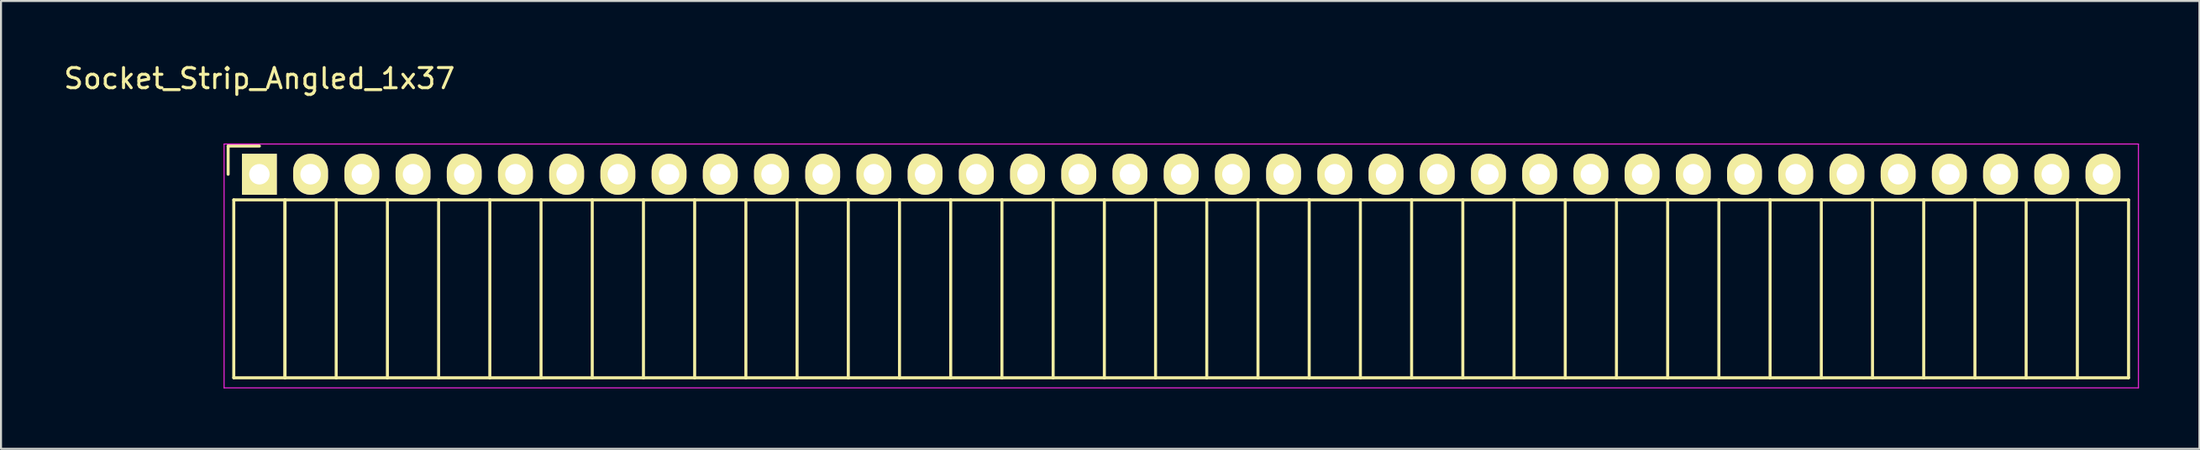
<source format=kicad_pcb>
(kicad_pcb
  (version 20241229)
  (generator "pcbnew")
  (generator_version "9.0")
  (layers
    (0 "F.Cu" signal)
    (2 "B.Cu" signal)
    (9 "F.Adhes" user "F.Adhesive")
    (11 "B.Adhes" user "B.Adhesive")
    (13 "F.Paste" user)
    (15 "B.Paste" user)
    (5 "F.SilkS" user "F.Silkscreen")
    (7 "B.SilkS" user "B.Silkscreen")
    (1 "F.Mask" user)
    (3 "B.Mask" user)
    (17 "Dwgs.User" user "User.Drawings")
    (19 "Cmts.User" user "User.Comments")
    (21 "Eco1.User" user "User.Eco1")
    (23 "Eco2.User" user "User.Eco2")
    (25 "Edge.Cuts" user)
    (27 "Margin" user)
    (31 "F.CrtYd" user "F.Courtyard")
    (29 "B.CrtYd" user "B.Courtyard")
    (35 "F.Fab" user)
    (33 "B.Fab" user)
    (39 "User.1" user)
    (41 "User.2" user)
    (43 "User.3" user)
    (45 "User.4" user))
  (footprint "Socket_Strip_Angled_1x37"
    (layer "F.Cu")
    (at 9.815 5.598)
    (property "Reference" "Socket_Strip_Angled_1x37" (at 0 -4.75 0) (layer "F.SilkS") (effects (font (size 1 1) (thickness 0.15))))
    (attr through_hole)
    (fp_line (start -1.55 -1.4) (end -1.55 0) (stroke (width 0.15) (type solid)) (layer "F.SilkS"))
    (fp_line (start -1.27 1.27) (end -1.27 10.1) (stroke (width 0.15) (type solid)) (layer "F.SilkS"))
    (fp_line (start -1.27 1.27) (end 1.27 1.27) (stroke (width 0.15) (type solid)) (layer "F.SilkS"))
    (fp_line (start -1.27 10.1) (end 1.27 10.1) (stroke (width 0.15) (type solid)) (layer "F.SilkS"))
    (fp_line (start 0 -1.4) (end -1.55 -1.4) (stroke (width 0.15) (type solid)) (layer "F.SilkS"))
    (fp_line (start 1.27 1.27) (end 1.27 10.1) (stroke (width 0.15) (type solid)) (layer "F.SilkS"))
    (fp_line (start 1.27 1.27) (end 3.81 1.27) (stroke (width 0.15) (type solid)) (layer "F.SilkS"))
    (fp_line (start 1.27 10.1) (end 1.27 1.27) (stroke (width 0.15) (type solid)) (layer "F.SilkS"))
    (fp_line (start 1.27 10.1) (end 3.81 10.1) (stroke (width 0.15) (type solid)) (layer "F.SilkS"))
    (fp_line (start 3.81 1.27) (end 6.35 1.27) (stroke (width 0.15) (type solid)) (layer "F.SilkS"))
    (fp_line (start 3.81 10.1) (end 3.81 1.27) (stroke (width 0.15) (type solid)) (layer "F.SilkS"))
    (fp_line (start 3.81 10.1) (end 6.35 10.1) (stroke (width 0.15) (type solid)) (layer "F.SilkS"))
    (fp_line (start 6.35 1.27) (end 8.89 1.27) (stroke (width 0.15) (type solid)) (layer "F.SilkS"))
    (fp_line (start 6.35 10.1) (end 6.35 1.27) (stroke (width 0.15) (type solid)) (layer "F.SilkS"))
    (fp_line (start 6.35 10.1) (end 8.89 10.1) (stroke (width 0.15) (type solid)) (layer "F.SilkS"))
    (fp_line (start 8.89 1.27) (end 11.43 1.27) (stroke (width 0.15) (type solid)) (layer "F.SilkS"))
    (fp_line (start 8.89 10.1) (end 8.89 1.27) (stroke (width 0.15) (type solid)) (layer "F.SilkS"))
    (fp_line (start 8.89 10.1) (end 11.43 10.1) (stroke (width 0.15) (type solid)) (layer "F.SilkS"))
    (fp_line (start 11.43 1.27) (end 13.97 1.27) (stroke (width 0.15) (type solid)) (layer "F.SilkS"))
    (fp_line (start 11.43 10.1) (end 11.43 1.27) (stroke (width 0.15) (type solid)) (layer "F.SilkS"))
    (fp_line (start 11.43 10.1) (end 13.97 10.1) (stroke (width 0.15) (type solid)) (layer "F.SilkS"))
    (fp_line (start 13.97 1.27) (end 16.51 1.27) (stroke (width 0.15) (type solid)) (layer "F.SilkS"))
    (fp_line (start 13.97 10.1) (end 13.97 1.27) (stroke (width 0.15) (type solid)) (layer "F.SilkS"))
    (fp_line (start 13.97 10.1) (end 16.51 10.1) (stroke (width 0.15) (type solid)) (layer "F.SilkS"))
    (fp_line (start 16.51 1.27) (end 19.05 1.27) (stroke (width 0.15) (type solid)) (layer "F.SilkS"))
    (fp_line (start 16.51 10.1) (end 16.51 1.27) (stroke (width 0.15) (type solid)) (layer "F.SilkS"))
    (fp_line (start 16.51 10.1) (end 19.05 10.1) (stroke (width 0.15) (type solid)) (layer "F.SilkS"))
    (fp_line (start 19.05 1.27) (end 21.59 1.27) (stroke (width 0.15) (type solid)) (layer "F.SilkS"))
    (fp_line (start 19.05 10.1) (end 19.05 1.27) (stroke (width 0.15) (type solid)) (layer "F.SilkS"))
    (fp_line (start 19.05 10.1) (end 21.59 10.1) (stroke (width 0.15) (type solid)) (layer "F.SilkS"))
    (fp_line (start 21.59 1.27) (end 24.13 1.27) (stroke (width 0.15) (type solid)) (layer "F.SilkS"))
    (fp_line (start 21.59 10.1) (end 21.59 1.27) (stroke (width 0.15) (type solid)) (layer "F.SilkS"))
    (fp_line (start 21.59 10.1) (end 24.13 10.1) (stroke (width 0.15) (type solid)) (layer "F.SilkS"))
    (fp_line (start 24.13 1.27) (end 26.67 1.27) (stroke (width 0.15) (type solid)) (layer "F.SilkS"))
    (fp_line (start 24.13 10.1) (end 24.13 1.27) (stroke (width 0.15) (type solid)) (layer "F.SilkS"))
    (fp_line (start 24.13 10.1) (end 26.67 10.1) (stroke (width 0.15) (type solid)) (layer "F.SilkS"))
    (fp_line (start 26.67 1.27) (end 29.21 1.27) (stroke (width 0.15) (type solid)) (layer "F.SilkS"))
    (fp_line (start 26.67 10.1) (end 26.67 1.27) (stroke (width 0.15) (type solid)) (layer "F.SilkS"))
    (fp_line (start 26.67 10.1) (end 29.21 10.1) (stroke (width 0.15) (type solid)) (layer "F.SilkS"))
    (fp_line (start 29.21 1.27) (end 31.75 1.27) (stroke (width 0.15) (type solid)) (layer "F.SilkS"))
    (fp_line (start 29.21 10.1) (end 29.21 1.27) (stroke (width 0.15) (type solid)) (layer "F.SilkS"))
    (fp_line (start 29.21 10.1) (end 31.75 10.1) (stroke (width 0.15) (type solid)) (layer "F.SilkS"))
    (fp_line (start 31.75 1.27) (end 34.29 1.27) (stroke (width 0.15) (type solid)) (layer "F.SilkS"))
    (fp_line (start 31.75 10.1) (end 31.75 1.27) (stroke (width 0.15) (type solid)) (layer "F.SilkS"))
    (fp_line (start 31.75 10.1) (end 34.29 10.1) (stroke (width 0.15) (type solid)) (layer "F.SilkS"))
    (fp_line (start 34.29 1.27) (end 36.83 1.27) (stroke (width 0.15) (type solid)) (layer "F.SilkS"))
    (fp_line (start 34.29 10.1) (end 34.29 1.27) (stroke (width 0.15) (type solid)) (layer "F.SilkS"))
    (fp_line (start 34.29 10.1) (end 36.83 10.1) (stroke (width 0.15) (type solid)) (layer "F.SilkS"))
    (fp_line (start 36.83 1.27) (end 39.37 1.27) (stroke (width 0.15) (type solid)) (layer "F.SilkS"))
    (fp_line (start 36.83 10.1) (end 36.83 1.27) (stroke (width 0.15) (type solid)) (layer "F.SilkS"))
    (fp_line (start 36.83 10.1) (end 39.37 10.1) (stroke (width 0.15) (type solid)) (layer "F.SilkS"))
    (fp_line (start 39.37 1.27) (end 41.91 1.27) (stroke (width 0.15) (type solid)) (layer "F.SilkS"))
    (fp_line (start 39.37 10.1) (end 39.37 1.27) (stroke (width 0.15) (type solid)) (layer "F.SilkS"))
    (fp_line (start 39.37 10.1) (end 41.91 10.1) (stroke (width 0.15) (type solid)) (layer "F.SilkS"))
    (fp_line (start 41.91 1.27) (end 44.45 1.27) (stroke (width 0.15) (type solid)) (layer "F.SilkS"))
    (fp_line (start 41.91 10.1) (end 41.91 1.27) (stroke (width 0.15) (type solid)) (layer "F.SilkS"))
    (fp_line (start 41.91 10.1) (end 44.45 10.1) (stroke (width 0.15) (type solid)) (layer "F.SilkS"))
    (fp_line (start 44.45 1.27) (end 46.99 1.27) (stroke (width 0.15) (type solid)) (layer "F.SilkS"))
    (fp_line (start 44.45 10.1) (end 44.45 1.27) (stroke (width 0.15) (type solid)) (layer "F.SilkS"))
    (fp_line (start 44.45 10.1) (end 46.99 10.1) (stroke (width 0.15) (type solid)) (layer "F.SilkS"))
    (fp_line (start 46.99 1.27) (end 49.53 1.27) (stroke (width 0.15) (type solid)) (layer "F.SilkS"))
    (fp_line (start 46.99 10.1) (end 46.99 1.27) (stroke (width 0.15) (type solid)) (layer "F.SilkS"))
    (fp_line (start 46.99 10.1) (end 49.53 10.1) (stroke (width 0.15) (type solid)) (layer "F.SilkS"))
    (fp_line (start 49.53 1.27) (end 52.07 1.27) (stroke (width 0.15) (type solid)) (layer "F.SilkS"))
    (fp_line (start 49.53 10.1) (end 49.53 1.27) (stroke (width 0.15) (type solid)) (layer "F.SilkS"))
    (fp_line (start 49.53 10.1) (end 52.07 10.1) (stroke (width 0.15) (type solid)) (layer "F.SilkS"))
    (fp_line (start 52.07 1.27) (end 54.61 1.27) (stroke (width 0.15) (type solid)) (layer "F.SilkS"))
    (fp_line (start 52.07 10.1) (end 52.07 1.27) (stroke (width 0.15) (type solid)) (layer "F.SilkS"))
    (fp_line (start 52.07 10.1) (end 54.61 10.1) (stroke (width 0.15) (type solid)) (layer "F.SilkS"))
    (fp_line (start 54.61 1.27) (end 57.15 1.27) (stroke (width 0.15) (type solid)) (layer "F.SilkS"))
    (fp_line (start 54.61 10.1) (end 54.61 1.27) (stroke (width 0.15) (type solid)) (layer "F.SilkS"))
    (fp_line (start 54.61 10.1) (end 57.15 10.1) (stroke (width 0.15) (type solid)) (layer "F.SilkS"))
    (fp_line (start 57.15 1.27) (end 59.69 1.27) (stroke (width 0.15) (type solid)) (layer "F.SilkS"))
    (fp_line (start 57.15 10.1) (end 57.15 1.27) (stroke (width 0.15) (type solid)) (layer "F.SilkS"))
    (fp_line (start 57.15 10.1) (end 59.69 10.1) (stroke (width 0.15) (type solid)) (layer "F.SilkS"))
    (fp_line (start 59.69 1.27) (end 62.23 1.27) (stroke (width 0.15) (type solid)) (layer "F.SilkS"))
    (fp_line (start 59.69 10.1) (end 59.69 1.27) (stroke (width 0.15) (type solid)) (layer "F.SilkS"))
    (fp_line (start 59.69 10.1) (end 62.23 10.1) (stroke (width 0.15) (type solid)) (layer "F.SilkS"))
    (fp_line (start 62.23 1.27) (end 64.77 1.27) (stroke (width 0.15) (type solid)) (layer "F.SilkS"))
    (fp_line (start 62.23 10.1) (end 62.23 1.27) (stroke (width 0.15) (type solid)) (layer "F.SilkS"))
    (fp_line (start 62.23 10.1) (end 64.77 10.1) (stroke (width 0.15) (type solid)) (layer "F.SilkS"))
    (fp_line (start 64.77 1.27) (end 67.31 1.27) (stroke (width 0.15) (type solid)) (layer "F.SilkS"))
    (fp_line (start 64.77 10.1) (end 64.77 1.27) (stroke (width 0.15) (type solid)) (layer "F.SilkS"))
    (fp_line (start 64.77 10.1) (end 67.31 10.1) (stroke (width 0.15) (type solid)) (layer "F.SilkS"))
    (fp_line (start 67.31 1.27) (end 69.85 1.27) (stroke (width 0.15) (type solid)) (layer "F.SilkS"))
    (fp_line (start 67.31 10.1) (end 67.31 1.27) (stroke (width 0.15) (type solid)) (layer "F.SilkS"))
    (fp_line (start 67.31 10.1) (end 69.85 10.1) (stroke (width 0.15) (type solid)) (layer "F.SilkS"))
    (fp_line (start 69.85 1.27) (end 72.39 1.27) (stroke (width 0.15) (type solid)) (layer "F.SilkS"))
    (fp_line (start 69.85 10.1) (end 69.85 1.27) (stroke (width 0.15) (type solid)) (layer "F.SilkS"))
    (fp_line (start 69.85 10.1) (end 72.39 10.1) (stroke (width 0.15) (type solid)) (layer "F.SilkS"))
    (fp_line (start 72.39 1.27) (end 74.93 1.27) (stroke (width 0.15) (type solid)) (layer "F.SilkS"))
    (fp_line (start 72.39 10.1) (end 72.39 1.27) (stroke (width 0.15) (type solid)) (layer "F.SilkS"))
    (fp_line (start 72.39 10.1) (end 74.93 10.1) (stroke (width 0.15) (type solid)) (layer "F.SilkS"))
    (fp_line (start 74.93 1.27) (end 77.47 1.27) (stroke (width 0.15) (type solid)) (layer "F.SilkS"))
    (fp_line (start 74.93 10.1) (end 74.93 1.27) (stroke (width 0.15) (type solid)) (layer "F.SilkS"))
    (fp_line (start 74.93 10.1) (end 77.47 10.1) (stroke (width 0.15) (type solid)) (layer "F.SilkS"))
    (fp_line (start 77.47 1.27) (end 80.01 1.27) (stroke (width 0.15) (type solid)) (layer "F.SilkS"))
    (fp_line (start 77.47 10.1) (end 77.47 1.27) (stroke (width 0.15) (type solid)) (layer "F.SilkS"))
    (fp_line (start 77.47 10.1) (end 80.01 10.1) (stroke (width 0.15) (type solid)) (layer "F.SilkS"))
    (fp_line (start 80.01 1.27) (end 82.55 1.27) (stroke (width 0.15) (type solid)) (layer "F.SilkS"))
    (fp_line (start 80.01 10.1) (end 80.01 1.27) (stroke (width 0.15) (type solid)) (layer "F.SilkS"))
    (fp_line (start 80.01 10.1) (end 82.55 10.1) (stroke (width 0.15) (type solid)) (layer "F.SilkS"))
    (fp_line (start 82.55 1.27) (end 85.09 1.27) (stroke (width 0.15) (type solid)) (layer "F.SilkS"))
    (fp_line (start 82.55 10.1) (end 82.55 1.27) (stroke (width 0.15) (type solid)) (layer "F.SilkS"))
    (fp_line (start 82.55 10.1) (end 85.09 10.1) (stroke (width 0.15) (type solid)) (layer "F.SilkS"))
    (fp_line (start 85.09 1.27) (end 87.63 1.27) (stroke (width 0.15) (type solid)) (layer "F.SilkS"))
    (fp_line (start 85.09 10.1) (end 85.09 1.27) (stroke (width 0.15) (type solid)) (layer "F.SilkS"))
    (fp_line (start 85.09 10.1) (end 87.63 10.1) (stroke (width 0.15) (type solid)) (layer "F.SilkS"))
    (fp_line (start 87.63 1.27) (end 90.17 1.27) (stroke (width 0.15) (type solid)) (layer "F.SilkS"))
    (fp_line (start 87.63 10.1) (end 87.63 1.27) (stroke (width 0.15) (type solid)) (layer "F.SilkS"))
    (fp_line (start 87.63 10.1) (end 90.17 10.1) (stroke (width 0.15) (type solid)) (layer "F.SilkS"))
    (fp_line (start 90.17 1.27) (end 92.71 1.27) (stroke (width 0.15) (type solid)) (layer "F.SilkS"))
    (fp_line (start 90.17 10.1) (end 90.17 1.27) (stroke (width 0.15) (type solid)) (layer "F.SilkS"))
    (fp_line (start 90.17 10.1) (end 92.71 10.1) (stroke (width 0.15) (type solid)) (layer "F.SilkS"))
    (fp_line (start 92.71 10.1) (end 92.71 1.27) (stroke (width 0.15) (type solid)) (layer "F.SilkS"))
    (fp_line (start -1.75 -1.5) (end -1.75 10.6) (stroke (width 0.05) (type solid)) (layer "F.CrtYd"))
    (fp_line (start -1.75 -1.5) (end 93.2 -1.5) (stroke (width 0.05) (type solid)) (layer "F.CrtYd"))
    (fp_line (start -1.75 10.6) (end 93.2 10.6) (stroke (width 0.05) (type solid)) (layer "F.CrtYd"))
    (fp_line (start 93.2 -1.5) (end 93.2 10.6) (stroke (width 0.05) (type solid)) (layer "F.CrtYd"))
    (pad "1" thru_hole rect (at 0 0) (size 1.727 2.032) (drill 1.016) (layers "*.Cu" "*.Mask" "F.SilkS"))
    (pad "2" thru_hole oval (at 2.54 0) (size 1.727 2.032) (drill 1.016) (layers "*.Cu" "*.Mask" "F.SilkS"))
    (pad "3" thru_hole oval (at 5.08 0) (size 1.727 2.032) (drill 1.016) (layers "*.Cu" "*.Mask" "F.SilkS"))
    (pad "4" thru_hole oval (at 7.62 0) (size 1.727 2.032) (drill 1.016) (layers "*.Cu" "*.Mask" "F.SilkS"))
    (pad "5" thru_hole oval (at 10.16 0) (size 1.727 2.032) (drill 1.016) (layers "*.Cu" "*.Mask" "F.SilkS"))
    (pad "6" thru_hole oval (at 12.7 0) (size 1.727 2.032) (drill 1.016) (layers "*.Cu" "*.Mask" "F.SilkS"))
    (pad "7" thru_hole oval (at 15.24 0) (size 1.727 2.032) (drill 1.016) (layers "*.Cu" "*.Mask" "F.SilkS"))
    (pad "8" thru_hole oval (at 17.78 0) (size 1.727 2.032) (drill 1.016) (layers "*.Cu" "*.Mask" "F.SilkS"))
    (pad "9" thru_hole oval (at 20.32 0) (size 1.727 2.032) (drill 1.016) (layers "*.Cu" "*.Mask" "F.SilkS"))
    (pad "10" thru_hole oval (at 22.86 0) (size 1.727 2.032) (drill 1.016) (layers "*.Cu" "*.Mask" "F.SilkS"))
    (pad "11" thru_hole oval (at 25.4 0) (size 1.727 2.032) (drill 1.016) (layers "*.Cu" "*.Mask" "F.SilkS"))
    (pad "12" thru_hole oval (at 27.94 0) (size 1.727 2.032) (drill 1.016) (layers "*.Cu" "*.Mask" "F.SilkS"))
    (pad "13" thru_hole oval (at 30.48 0) (size 1.727 2.032) (drill 1.016) (layers "*.Cu" "*.Mask" "F.SilkS"))
    (pad "14" thru_hole oval (at 33.02 0) (size 1.727 2.032) (drill 1.016) (layers "*.Cu" "*.Mask" "F.SilkS"))
    (pad "15" thru_hole oval (at 35.56 0) (size 1.727 2.032) (drill 1.016) (layers "*.Cu" "*.Mask" "F.SilkS"))
    (pad "16" thru_hole oval (at 38.1 0) (size 1.727 2.032) (drill 1.016) (layers "*.Cu" "*.Mask" "F.SilkS"))
    (pad "17" thru_hole oval (at 40.64 0) (size 1.727 2.032) (drill 1.016) (layers "*.Cu" "*.Mask" "F.SilkS"))
    (pad "18" thru_hole oval (at 43.18 0) (size 1.727 2.032) (drill 1.016) (layers "*.Cu" "*.Mask" "F.SilkS"))
    (pad "19" thru_hole oval (at 45.72 0) (size 1.727 2.032) (drill 1.016) (layers "*.Cu" "*.Mask" "F.SilkS"))
    (pad "20" thru_hole oval (at 48.26 0) (size 1.727 2.032) (drill 1.016) (layers "*.Cu" "*.Mask" "F.SilkS"))
    (pad "21" thru_hole oval (at 50.8 0) (size 1.727 2.032) (drill 1.016) (layers "*.Cu" "*.Mask" "F.SilkS"))
    (pad "22" thru_hole oval (at 53.34 0) (size 1.727 2.032) (drill 1.016) (layers "*.Cu" "*.Mask" "F.SilkS"))
    (pad "23" thru_hole oval (at 55.88 0) (size 1.727 2.032) (drill 1.016) (layers "*.Cu" "*.Mask" "F.SilkS"))
    (pad "24" thru_hole oval (at 58.42 0) (size 1.727 2.032) (drill 1.016) (layers "*.Cu" "*.Mask" "F.SilkS"))
    (pad "25" thru_hole oval (at 60.96 0) (size 1.727 2.032) (drill 1.016) (layers "*.Cu" "*.Mask" "F.SilkS"))
    (pad "26" thru_hole oval (at 63.5 0) (size 1.727 2.032) (drill 1.016) (layers "*.Cu" "*.Mask" "F.SilkS"))
    (pad "27" thru_hole oval (at 66.04 0) (size 1.727 2.032) (drill 1.016) (layers "*.Cu" "*.Mask" "F.SilkS"))
    (pad "28" thru_hole oval (at 68.58 0) (size 1.727 2.032) (drill 1.016) (layers "*.Cu" "*.Mask" "F.SilkS"))
    (pad "29" thru_hole oval (at 71.12 0) (size 1.727 2.032) (drill 1.016) (layers "*.Cu" "*.Mask" "F.SilkS"))
    (pad "30" thru_hole oval (at 73.66 0) (size 1.727 2.032) (drill 1.016) (layers "*.Cu" "*.Mask" "F.SilkS"))
    (pad "31" thru_hole oval (at 76.2 0) (size 1.727 2.032) (drill 1.016) (layers "*.Cu" "*.Mask" "F.SilkS"))
    (pad "32" thru_hole oval (at 78.74 0) (size 1.727 2.032) (drill 1.016) (layers "*.Cu" "*.Mask" "F.SilkS"))
    (pad "33" thru_hole oval (at 81.28 0) (size 1.727 2.032) (drill 1.016) (layers "*.Cu" "*.Mask" "F.SilkS"))
    (pad "34" thru_hole oval (at 83.82 0) (size 1.727 2.032) (drill 1.016) (layers "*.Cu" "*.Mask" "F.SilkS"))
    (pad "35" thru_hole oval (at 86.36 0) (size 1.727 2.032) (drill 1.016) (layers "*.Cu" "*.Mask" "F.SilkS"))
    (pad "36" thru_hole oval (at 88.9 0) (size 1.727 2.032) (drill 1.016) (layers "*.Cu" "*.Mask" "F.SilkS"))
    (pad "37" thru_hole oval (at 91.44 0) (size 1.727 2.032) (drill 1.016) (layers "*.Cu" "*.Mask" "F.SilkS")))
  (gr_rect
    (start -3 -3)
    (end 106.04 19.223)
    (stroke (width 0.1) (type default))
    (fill no)
    (layer "Edge.Cuts")))
</source>
